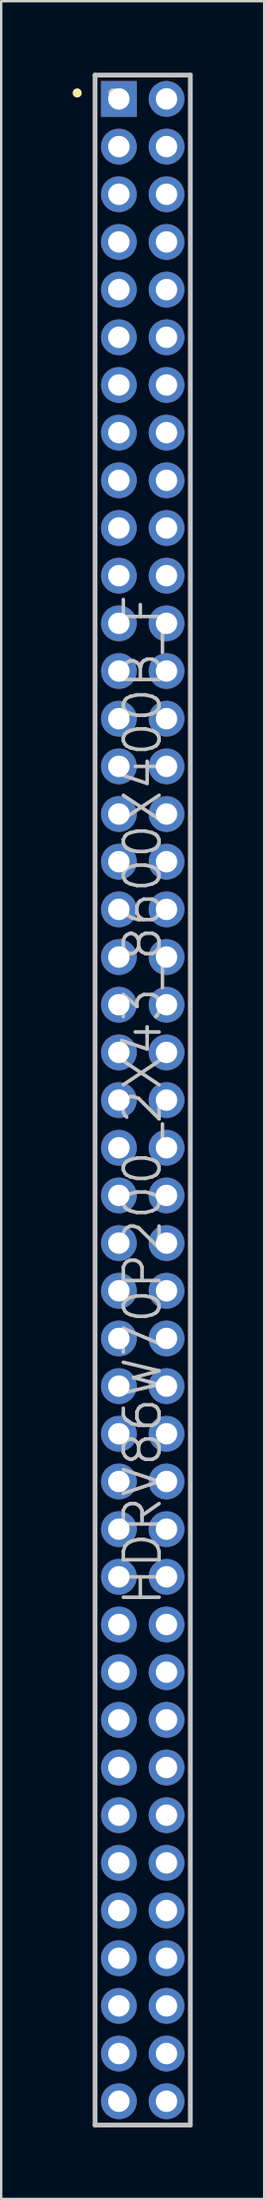
<source format=kicad_pcb>
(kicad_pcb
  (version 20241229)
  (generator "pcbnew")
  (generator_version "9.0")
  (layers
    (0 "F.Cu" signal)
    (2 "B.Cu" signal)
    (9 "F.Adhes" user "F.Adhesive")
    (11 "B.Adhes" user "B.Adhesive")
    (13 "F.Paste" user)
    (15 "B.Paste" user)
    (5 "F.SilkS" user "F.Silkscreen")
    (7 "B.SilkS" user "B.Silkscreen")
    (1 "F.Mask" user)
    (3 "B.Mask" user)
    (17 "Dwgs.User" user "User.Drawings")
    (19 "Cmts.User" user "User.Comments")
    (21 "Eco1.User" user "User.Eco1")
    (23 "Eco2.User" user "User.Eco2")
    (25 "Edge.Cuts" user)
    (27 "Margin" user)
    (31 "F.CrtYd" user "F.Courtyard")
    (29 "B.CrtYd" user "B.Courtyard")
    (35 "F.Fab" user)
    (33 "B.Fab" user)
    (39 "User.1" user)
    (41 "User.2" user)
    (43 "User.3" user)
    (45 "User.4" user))
  (footprint "HDRV86W70P200_2X43_8600X400B_F"
    (layer "F.Cu")
    (at 2.941 43.1)
    (property "Reference" "HDRV86W70P200_2X43_8600X400B_F" (at 0 0 90) (layer "Dwgs.User") (effects (font (size 1.5 1.5) (thickness 0.15))))
    (attr through_hole)
    (fp_line (start -2.75 -42.25) (end -2.75 -42.25) (stroke (width 0.381) (type solid)) (layer "F.SilkS"))
    (fp_line (start -2 -43) (end -2 43) (stroke (width 0.2) (type solid)) (layer "Dwgs.User"))
    (fp_line (start -2 -43) (end 2 -43) (stroke (width 0.2) (type solid)) (layer "Dwgs.User"))
    (fp_line (start -2 43) (end 2 43) (stroke (width 0.2) (type solid)) (layer "Dwgs.User"))
    (fp_line (start -1.25 -42.25) (end -1.25 -42.25) (stroke (width 0.381) (type solid)) (layer "Dwgs.User"))
    (fp_line (start 2 -43) (end 2 43) (stroke (width 0.2) (type solid)) (layer "Dwgs.User"))
    (pad "1" thru_hole rect (at -1 -42) (size 1.5 1.5) (drill 0.9) (layers "*.Cu" "*.Mask"))
    (pad "2" thru_hole circle (at 1 -42 270) (size 1.5 1.5) (drill 0.9) (layers "*.Cu" "*.Mask"))
    (pad "3" thru_hole circle (at -1 -40 270) (size 1.5 1.5) (drill 0.9) (layers "*.Cu" "*.Mask"))
    (pad "4" thru_hole circle (at 1 -40 270) (size 1.5 1.5) (drill 0.9) (layers "*.Cu" "*.Mask"))
    (pad "5" thru_hole circle (at -1 -38 270) (size 1.5 1.5) (drill 0.9) (layers "*.Cu" "*.Mask"))
    (pad "6" thru_hole circle (at 1 -38 270) (size 1.5 1.5) (drill 0.9) (layers "*.Cu" "*.Mask"))
    (pad "7" thru_hole circle (at -1 -36 270) (size 1.5 1.5) (drill 0.9) (layers "*.Cu" "*.Mask"))
    (pad "8" thru_hole circle (at 1 -36 270) (size 1.5 1.5) (drill 0.9) (layers "*.Cu" "*.Mask"))
    (pad "9" thru_hole circle (at -1 -34 270) (size 1.5 1.5) (drill 0.9) (layers "*.Cu" "*.Mask"))
    (pad "10" thru_hole circle (at 1 -34 270) (size 1.5 1.5) (drill 0.9) (layers "*.Cu" "*.Mask"))
    (pad "11" thru_hole circle (at -1 -32 270) (size 1.5 1.5) (drill 0.9) (layers "*.Cu" "*.Mask"))
    (pad "12" thru_hole circle (at 1 -32 270) (size 1.5 1.5) (drill 0.9) (layers "*.Cu" "*.Mask"))
    (pad "13" thru_hole circle (at -1 -30 270) (size 1.5 1.5) (drill 0.9) (layers "*.Cu" "*.Mask"))
    (pad "14" thru_hole circle (at 1 -30 270) (size 1.5 1.5) (drill 0.9) (layers "*.Cu" "*.Mask"))
    (pad "15" thru_hole circle (at -1 -28 270) (size 1.5 1.5) (drill 0.9) (layers "*.Cu" "*.Mask"))
    (pad "16" thru_hole circle (at 1 -28 270) (size 1.5 1.5) (drill 0.9) (layers "*.Cu" "*.Mask"))
    (pad "17" thru_hole circle (at -1 -26 270) (size 1.5 1.5) (drill 0.9) (layers "*.Cu" "*.Mask"))
    (pad "18" thru_hole circle (at 1 -26 270) (size 1.5 1.5) (drill 0.9) (layers "*.Cu" "*.Mask"))
    (pad "19" thru_hole circle (at -1 -24 270) (size 1.5 1.5) (drill 0.9) (layers "*.Cu" "*.Mask"))
    (pad "20" thru_hole circle (at 1 -24 270) (size 1.5 1.5) (drill 0.9) (layers "*.Cu" "*.Mask"))
    (pad "21" thru_hole circle (at -1 -22 270) (size 1.5 1.5) (drill 0.9) (layers "*.Cu" "*.Mask"))
    (pad "22" thru_hole circle (at 1 -22 270) (size 1.5 1.5) (drill 0.9) (layers "*.Cu" "*.Mask"))
    (pad "23" thru_hole circle (at -1 -20 270) (size 1.5 1.5) (drill 0.9) (layers "*.Cu" "*.Mask"))
    (pad "24" thru_hole circle (at 1 -20 270) (size 1.5 1.5) (drill 0.9) (layers "*.Cu" "*.Mask"))
    (pad "25" thru_hole circle (at -1 -18 270) (size 1.5 1.5) (drill 0.9) (layers "*.Cu" "*.Mask"))
    (pad "26" thru_hole circle (at 1 -18 270) (size 1.5 1.5) (drill 0.9) (layers "*.Cu" "*.Mask"))
    (pad "27" thru_hole circle (at -1 -16 270) (size 1.5 1.5) (drill 0.9) (layers "*.Cu" "*.Mask"))
    (pad "28" thru_hole circle (at 1 -16 270) (size 1.5 1.5) (drill 0.9) (layers "*.Cu" "*.Mask"))
    (pad "29" thru_hole circle (at -1 -14 270) (size 1.5 1.5) (drill 0.9) (layers "*.Cu" "*.Mask"))
    (pad "30" thru_hole circle (at 1 -14 270) (size 1.5 1.5) (drill 0.9) (layers "*.Cu" "*.Mask"))
    (pad "31" thru_hole circle (at -1 -12 270) (size 1.5 1.5) (drill 0.9) (layers "*.Cu" "*.Mask"))
    (pad "32" thru_hole circle (at 1 -12 270) (size 1.5 1.5) (drill 0.9) (layers "*.Cu" "*.Mask"))
    (pad "33" thru_hole circle (at -1 -10 270) (size 1.5 1.5) (drill 0.9) (layers "*.Cu" "*.Mask"))
    (pad "34" thru_hole circle (at 1 -10 270) (size 1.5 1.5) (drill 0.9) (layers "*.Cu" "*.Mask"))
    (pad "35" thru_hole circle (at -1 -8 270) (size 1.5 1.5) (drill 0.9) (layers "*.Cu" "*.Mask"))
    (pad "36" thru_hole circle (at 1 -8 270) (size 1.5 1.5) (drill 0.9) (layers "*.Cu" "*.Mask"))
    (pad "37" thru_hole circle (at -1 -6 270) (size 1.5 1.5) (drill 0.9) (layers "*.Cu" "*.Mask"))
    (pad "38" thru_hole circle (at 1 -6 270) (size 1.5 1.5) (drill 0.9) (layers "*.Cu" "*.Mask"))
    (pad "39" thru_hole circle (at -1 -4 270) (size 1.5 1.5) (drill 0.9) (layers "*.Cu" "*.Mask"))
    (pad "40" thru_hole circle (at 1 -4 270) (size 1.5 1.5) (drill 0.9) (layers "*.Cu" "*.Mask"))
    (pad "41" thru_hole circle (at -1 -2 270) (size 1.5 1.5) (drill 0.9) (layers "*.Cu" "*.Mask"))
    (pad "42" thru_hole circle (at 1 -2 270) (size 1.5 1.5) (drill 0.9) (layers "*.Cu" "*.Mask"))
    (pad "43" thru_hole circle (at -1 0 270) (size 1.5 1.5) (drill 0.9) (layers "*.Cu" "*.Mask"))
    (pad "44" thru_hole circle (at 1 0 270) (size 1.5 1.5) (drill 0.9) (layers "*.Cu" "*.Mask"))
    (pad "45" thru_hole circle (at -1 2 270) (size 1.5 1.5) (drill 0.9) (layers "*.Cu" "*.Mask"))
    (pad "46" thru_hole circle (at 1 2 270) (size 1.5 1.5) (drill 0.9) (layers "*.Cu" "*.Mask"))
    (pad "47" thru_hole circle (at -1 4 270) (size 1.5 1.5) (drill 0.9) (layers "*.Cu" "*.Mask"))
    (pad "48" thru_hole circle (at 1 4 270) (size 1.5 1.5) (drill 0.9) (layers "*.Cu" "*.Mask"))
    (pad "49" thru_hole circle (at -1 6 270) (size 1.5 1.5) (drill 0.9) (layers "*.Cu" "*.Mask"))
    (pad "50" thru_hole circle (at 1 6 270) (size 1.5 1.5) (drill 0.9) (layers "*.Cu" "*.Mask"))
    (pad "51" thru_hole circle (at -1 8 270) (size 1.5 1.5) (drill 0.9) (layers "*.Cu" "*.Mask"))
    (pad "52" thru_hole circle (at 1 8 270) (size 1.5 1.5) (drill 0.9) (layers "*.Cu" "*.Mask"))
    (pad "53" thru_hole circle (at -1 10 270) (size 1.5 1.5) (drill 0.9) (layers "*.Cu" "*.Mask"))
    (pad "54" thru_hole circle (at 1 10 270) (size 1.5 1.5) (drill 0.9) (layers "*.Cu" "*.Mask"))
    (pad "55" thru_hole circle (at -1 12 270) (size 1.5 1.5) (drill 0.9) (layers "*.Cu" "*.Mask"))
    (pad "56" thru_hole circle (at 1 12 270) (size 1.5 1.5) (drill 0.9) (layers "*.Cu" "*.Mask"))
    (pad "57" thru_hole circle (at -1 14 270) (size 1.5 1.5) (drill 0.9) (layers "*.Cu" "*.Mask"))
    (pad "58" thru_hole circle (at 1 14 270) (size 1.5 1.5) (drill 0.9) (layers "*.Cu" "*.Mask"))
    (pad "59" thru_hole circle (at -1 16 270) (size 1.5 1.5) (drill 0.9) (layers "*.Cu" "*.Mask"))
    (pad "60" thru_hole circle (at 1 16 270) (size 1.5 1.5) (drill 0.9) (layers "*.Cu" "*.Mask"))
    (pad "61" thru_hole circle (at -1 18 270) (size 1.5 1.5) (drill 0.9) (layers "*.Cu" "*.Mask"))
    (pad "62" thru_hole circle (at 1 18 270) (size 1.5 1.5) (drill 0.9) (layers "*.Cu" "*.Mask"))
    (pad "63" thru_hole circle (at -1 20 270) (size 1.5 1.5) (drill 0.9) (layers "*.Cu" "*.Mask"))
    (pad "64" thru_hole circle (at 1 20 270) (size 1.5 1.5) (drill 0.9) (layers "*.Cu" "*.Mask"))
    (pad "65" thru_hole circle (at -1 22 270) (size 1.5 1.5) (drill 0.9) (layers "*.Cu" "*.Mask"))
    (pad "66" thru_hole circle (at 1 22 270) (size 1.5 1.5) (drill 0.9) (layers "*.Cu" "*.Mask"))
    (pad "67" thru_hole circle (at -1 24 270) (size 1.5 1.5) (drill 0.9) (layers "*.Cu" "*.Mask"))
    (pad "68" thru_hole circle (at 1 24 270) (size 1.5 1.5) (drill 0.9) (layers "*.Cu" "*.Mask"))
    (pad "69" thru_hole circle (at -1 26 270) (size 1.5 1.5) (drill 0.9) (layers "*.Cu" "*.Mask"))
    (pad "70" thru_hole circle (at 1 26 270) (size 1.5 1.5) (drill 0.9) (layers "*.Cu" "*.Mask"))
    (pad "71" thru_hole circle (at -1 28 270) (size 1.5 1.5) (drill 0.9) (layers "*.Cu" "*.Mask"))
    (pad "72" thru_hole circle (at 1 28 270) (size 1.5 1.5) (drill 0.9) (layers "*.Cu" "*.Mask"))
    (pad "73" thru_hole circle (at -1 30 270) (size 1.5 1.5) (drill 0.9) (layers "*.Cu" "*.Mask"))
    (pad "74" thru_hole circle (at 1 30 270) (size 1.5 1.5) (drill 0.9) (layers "*.Cu" "*.Mask"))
    (pad "75" thru_hole circle (at -1 32 270) (size 1.5 1.5) (drill 0.9) (layers "*.Cu" "*.Mask"))
    (pad "76" thru_hole circle (at 1 32 270) (size 1.5 1.5) (drill 0.9) (layers "*.Cu" "*.Mask"))
    (pad "77" thru_hole circle (at -1 34 270) (size 1.5 1.5) (drill 0.9) (layers "*.Cu" "*.Mask"))
    (pad "78" thru_hole circle (at 1 34 270) (size 1.5 1.5) (drill 0.9) (layers "*.Cu" "*.Mask"))
    (pad "79" thru_hole circle (at -1 36 270) (size 1.5 1.5) (drill 0.9) (layers "*.Cu" "*.Mask"))
    (pad "80" thru_hole circle (at 1 36 270) (size 1.5 1.5) (drill 0.9) (layers "*.Cu" "*.Mask"))
    (pad "81" thru_hole circle (at -1 38 270) (size 1.5 1.5) (drill 0.9) (layers "*.Cu" "*.Mask"))
    (pad "82" thru_hole circle (at 1 38 270) (size 1.5 1.5) (drill 0.9) (layers "*.Cu" "*.Mask"))
    (pad "83" thru_hole circle (at -1 40 270) (size 1.5 1.5) (drill 0.9) (layers "*.Cu" "*.Mask"))
    (pad "84" thru_hole circle (at 1 40 270) (size 1.5 1.5) (drill 0.9) (layers "*.Cu" "*.Mask"))
    (pad "85" thru_hole circle (at -1 42 270) (size 1.5 1.5) (drill 0.9) (layers "*.Cu" "*.Mask"))
    (pad "86" thru_hole circle (at 1 42 270) (size 1.5 1.5) (drill 0.9) (layers "*.Cu" "*.Mask")))
  (gr_rect
    (start -3 -3)
    (end 8.04 89.2)
    (stroke (width 0.1) (type default))
    (fill no)
    (layer "Edge.Cuts")))
</source>
